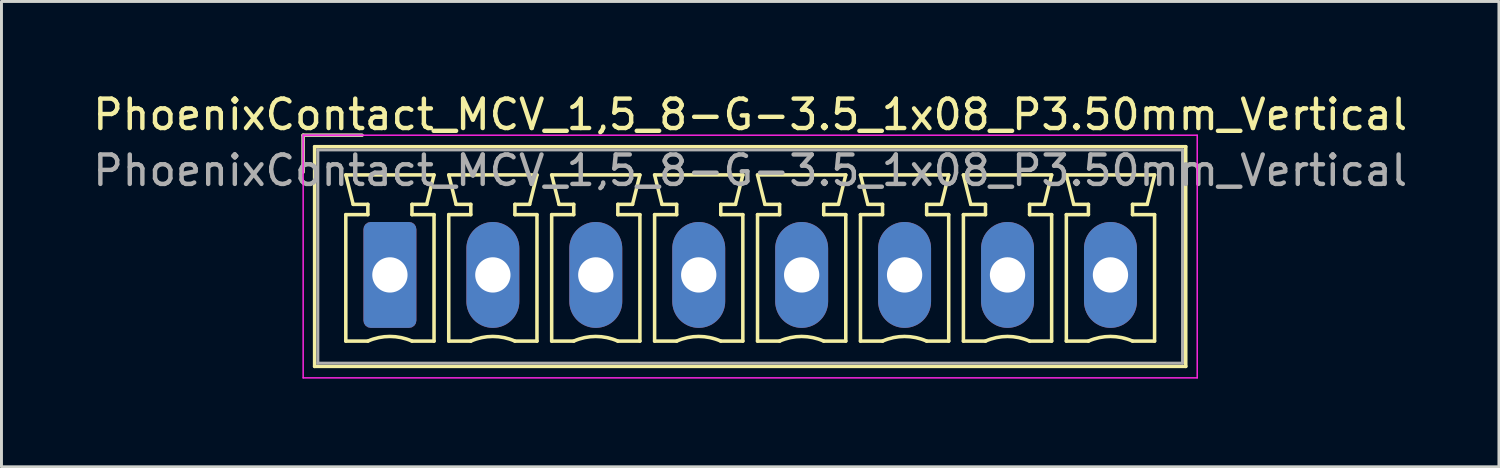
<source format=kicad_pcb>
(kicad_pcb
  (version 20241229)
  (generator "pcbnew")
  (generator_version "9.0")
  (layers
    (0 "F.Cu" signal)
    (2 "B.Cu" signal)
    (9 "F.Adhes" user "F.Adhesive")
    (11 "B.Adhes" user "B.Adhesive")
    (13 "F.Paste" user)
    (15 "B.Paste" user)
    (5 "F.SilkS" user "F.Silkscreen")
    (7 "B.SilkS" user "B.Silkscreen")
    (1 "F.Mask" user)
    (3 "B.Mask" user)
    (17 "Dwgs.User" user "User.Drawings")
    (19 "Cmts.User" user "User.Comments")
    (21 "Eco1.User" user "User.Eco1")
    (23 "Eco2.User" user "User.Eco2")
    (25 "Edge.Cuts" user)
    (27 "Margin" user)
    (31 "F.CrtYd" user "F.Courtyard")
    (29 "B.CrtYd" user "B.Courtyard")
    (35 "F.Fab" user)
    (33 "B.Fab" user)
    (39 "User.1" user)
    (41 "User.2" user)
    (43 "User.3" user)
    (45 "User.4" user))
  (footprint "PhoenixContact_MCV_1,5_8-G-3.5_1x08_P3.50mm_Vertical"
    (layer "F.Cu")
    (at 10.208 6.298)
    (property "Reference" "PhoenixContact_MCV_1,5_8-G-3.5_1x08_P3.50mm_Vertical" (at 12.25 -5.45 0) (layer "F.SilkS") (effects (font (size 1 1) (thickness 0.15))))
    (attr through_hole)
    (fp_line (start -2.95 -4.75) (end -0.95 -4.75) (stroke (width 0.12) (type solid)) (layer "F.SilkS"))
    (fp_line (start -2.95 -3.5) (end -2.95 -4.75) (stroke (width 0.12) (type solid)) (layer "F.SilkS"))
    (fp_line (start -2.56 -4.36) (end -2.56 3.11) (stroke (width 0.12) (type solid)) (layer "F.SilkS"))
    (fp_line (start -2.56 3.11) (end 27.06 3.11) (stroke (width 0.12) (type solid)) (layer "F.SilkS"))
    (fp_line (start -1.5 -3.4) (end 1.5 -3.4) (stroke (width 0.12) (type solid)) (layer "F.SilkS"))
    (fp_line (start -1.5 -2.05) (end -0.75 -2.05) (stroke (width 0.12) (type solid)) (layer "F.SilkS"))
    (fp_line (start -1.5 2.25) (end -1.5 -2.05) (stroke (width 0.12) (type solid)) (layer "F.SilkS"))
    (fp_line (start -1.25 -2.4) (end -1.5 -3.4) (stroke (width 0.12) (type solid)) (layer "F.SilkS"))
    (fp_line (start -0.75 -2.4) (end -1.25 -2.4) (stroke (width 0.12) (type solid)) (layer "F.SilkS"))
    (fp_line (start -0.75 -2.05) (end -0.75 -2.4) (stroke (width 0.12) (type solid)) (layer "F.SilkS"))
    (fp_line (start -0.75 2.25) (end -1.5 2.25) (stroke (width 0.12) (type solid)) (layer "F.SilkS"))
    (fp_line (start 0.75 -2.4) (end 0.75 -2.05) (stroke (width 0.12) (type solid)) (layer "F.SilkS"))
    (fp_line (start 0.75 -2.05) (end 1.5 -2.05) (stroke (width 0.12) (type solid)) (layer "F.SilkS"))
    (fp_line (start 1.25 -2.4) (end 0.75 -2.4) (stroke (width 0.12) (type solid)) (layer "F.SilkS"))
    (fp_line (start 1.5 -3.4) (end 1.25 -2.4) (stroke (width 0.12) (type solid)) (layer "F.SilkS"))
    (fp_line (start 1.5 -2.05) (end 1.5 2.25) (stroke (width 0.12) (type solid)) (layer "F.SilkS"))
    (fp_line (start 1.5 2.25) (end 0.75 2.25) (stroke (width 0.12) (type solid)) (layer "F.SilkS"))
    (fp_line (start 2 -3.4) (end 5 -3.4) (stroke (width 0.12) (type solid)) (layer "F.SilkS"))
    (fp_line (start 2 -2.05) (end 2.75 -2.05) (stroke (width 0.12) (type solid)) (layer "F.SilkS"))
    (fp_line (start 2 2.25) (end 2 -2.05) (stroke (width 0.12) (type solid)) (layer "F.SilkS"))
    (fp_line (start 2.25 -2.4) (end 2 -3.4) (stroke (width 0.12) (type solid)) (layer "F.SilkS"))
    (fp_line (start 2.75 -2.4) (end 2.25 -2.4) (stroke (width 0.12) (type solid)) (layer "F.SilkS"))
    (fp_line (start 2.75 -2.05) (end 2.75 -2.4) (stroke (width 0.12) (type solid)) (layer "F.SilkS"))
    (fp_line (start 2.75 2.25) (end 2 2.25) (stroke (width 0.12) (type solid)) (layer "F.SilkS"))
    (fp_line (start 4.25 -2.4) (end 4.25 -2.05) (stroke (width 0.12) (type solid)) (layer "F.SilkS"))
    (fp_line (start 4.25 -2.05) (end 5 -2.05) (stroke (width 0.12) (type solid)) (layer "F.SilkS"))
    (fp_line (start 4.75 -2.4) (end 4.25 -2.4) (stroke (width 0.12) (type solid)) (layer "F.SilkS"))
    (fp_line (start 5 -3.4) (end 4.75 -2.4) (stroke (width 0.12) (type solid)) (layer "F.SilkS"))
    (fp_line (start 5 -2.05) (end 5 2.25) (stroke (width 0.12) (type solid)) (layer "F.SilkS"))
    (fp_line (start 5 2.25) (end 4.25 2.25) (stroke (width 0.12) (type solid)) (layer "F.SilkS"))
    (fp_line (start 5.5 -3.4) (end 8.5 -3.4) (stroke (width 0.12) (type solid)) (layer "F.SilkS"))
    (fp_line (start 5.5 -2.05) (end 6.25 -2.05) (stroke (width 0.12) (type solid)) (layer "F.SilkS"))
    (fp_line (start 5.5 2.25) (end 5.5 -2.05) (stroke (width 0.12) (type solid)) (layer "F.SilkS"))
    (fp_line (start 5.75 -2.4) (end 5.5 -3.4) (stroke (width 0.12) (type solid)) (layer "F.SilkS"))
    (fp_line (start 6.25 -2.4) (end 5.75 -2.4) (stroke (width 0.12) (type solid)) (layer "F.SilkS"))
    (fp_line (start 6.25 -2.05) (end 6.25 -2.4) (stroke (width 0.12) (type solid)) (layer "F.SilkS"))
    (fp_line (start 6.25 2.25) (end 5.5 2.25) (stroke (width 0.12) (type solid)) (layer "F.SilkS"))
    (fp_line (start 7.75 -2.4) (end 7.75 -2.05) (stroke (width 0.12) (type solid)) (layer "F.SilkS"))
    (fp_line (start 7.75 -2.05) (end 8.5 -2.05) (stroke (width 0.12) (type solid)) (layer "F.SilkS"))
    (fp_line (start 8.25 -2.4) (end 7.75 -2.4) (stroke (width 0.12) (type solid)) (layer "F.SilkS"))
    (fp_line (start 8.5 -3.4) (end 8.25 -2.4) (stroke (width 0.12) (type solid)) (layer "F.SilkS"))
    (fp_line (start 8.5 -2.05) (end 8.5 2.25) (stroke (width 0.12) (type solid)) (layer "F.SilkS"))
    (fp_line (start 8.5 2.25) (end 7.75 2.25) (stroke (width 0.12) (type solid)) (layer "F.SilkS"))
    (fp_line (start 9 -3.4) (end 12 -3.4) (stroke (width 0.12) (type solid)) (layer "F.SilkS"))
    (fp_line (start 9 -2.05) (end 9.75 -2.05) (stroke (width 0.12) (type solid)) (layer "F.SilkS"))
    (fp_line (start 9 2.25) (end 9 -2.05) (stroke (width 0.12) (type solid)) (layer "F.SilkS"))
    (fp_line (start 9.25 -2.4) (end 9 -3.4) (stroke (width 0.12) (type solid)) (layer "F.SilkS"))
    (fp_line (start 9.75 -2.4) (end 9.25 -2.4) (stroke (width 0.12) (type solid)) (layer "F.SilkS"))
    (fp_line (start 9.75 -2.05) (end 9.75 -2.4) (stroke (width 0.12) (type solid)) (layer "F.SilkS"))
    (fp_line (start 9.75 2.25) (end 9 2.25) (stroke (width 0.12) (type solid)) (layer "F.SilkS"))
    (fp_line (start 11.25 -2.4) (end 11.25 -2.05) (stroke (width 0.12) (type solid)) (layer "F.SilkS"))
    (fp_line (start 11.25 -2.05) (end 12 -2.05) (stroke (width 0.12) (type solid)) (layer "F.SilkS"))
    (fp_line (start 11.75 -2.4) (end 11.25 -2.4) (stroke (width 0.12) (type solid)) (layer "F.SilkS"))
    (fp_line (start 12 -3.4) (end 11.75 -2.4) (stroke (width 0.12) (type solid)) (layer "F.SilkS"))
    (fp_line (start 12 -2.05) (end 12 2.25) (stroke (width 0.12) (type solid)) (layer "F.SilkS"))
    (fp_line (start 12 2.25) (end 11.25 2.25) (stroke (width 0.12) (type solid)) (layer "F.SilkS"))
    (fp_line (start 12.5 -3.4) (end 15.5 -3.4) (stroke (width 0.12) (type solid)) (layer "F.SilkS"))
    (fp_line (start 12.5 -2.05) (end 13.25 -2.05) (stroke (width 0.12) (type solid)) (layer "F.SilkS"))
    (fp_line (start 12.5 2.25) (end 12.5 -2.05) (stroke (width 0.12) (type solid)) (layer "F.SilkS"))
    (fp_line (start 12.75 -2.4) (end 12.5 -3.4) (stroke (width 0.12) (type solid)) (layer "F.SilkS"))
    (fp_line (start 13.25 -2.4) (end 12.75 -2.4) (stroke (width 0.12) (type solid)) (layer "F.SilkS"))
    (fp_line (start 13.25 -2.05) (end 13.25 -2.4) (stroke (width 0.12) (type solid)) (layer "F.SilkS"))
    (fp_line (start 13.25 2.25) (end 12.5 2.25) (stroke (width 0.12) (type solid)) (layer "F.SilkS"))
    (fp_line (start 14.75 -2.4) (end 14.75 -2.05) (stroke (width 0.12) (type solid)) (layer "F.SilkS"))
    (fp_line (start 14.75 -2.05) (end 15.5 -2.05) (stroke (width 0.12) (type solid)) (layer "F.SilkS"))
    (fp_line (start 15.25 -2.4) (end 14.75 -2.4) (stroke (width 0.12) (type solid)) (layer "F.SilkS"))
    (fp_line (start 15.5 -3.4) (end 15.25 -2.4) (stroke (width 0.12) (type solid)) (layer "F.SilkS"))
    (fp_line (start 15.5 -2.05) (end 15.5 2.25) (stroke (width 0.12) (type solid)) (layer "F.SilkS"))
    (fp_line (start 15.5 2.25) (end 14.75 2.25) (stroke (width 0.12) (type solid)) (layer "F.SilkS"))
    (fp_line (start 16 -3.4) (end 19 -3.4) (stroke (width 0.12) (type solid)) (layer "F.SilkS"))
    (fp_line (start 16 -2.05) (end 16.75 -2.05) (stroke (width 0.12) (type solid)) (layer "F.SilkS"))
    (fp_line (start 16 2.25) (end 16 -2.05) (stroke (width 0.12) (type solid)) (layer "F.SilkS"))
    (fp_line (start 16.25 -2.4) (end 16 -3.4) (stroke (width 0.12) (type solid)) (layer "F.SilkS"))
    (fp_line (start 16.75 -2.4) (end 16.25 -2.4) (stroke (width 0.12) (type solid)) (layer "F.SilkS"))
    (fp_line (start 16.75 -2.05) (end 16.75 -2.4) (stroke (width 0.12) (type solid)) (layer "F.SilkS"))
    (fp_line (start 16.75 2.25) (end 16 2.25) (stroke (width 0.12) (type solid)) (layer "F.SilkS"))
    (fp_line (start 18.25 -2.4) (end 18.25 -2.05) (stroke (width 0.12) (type solid)) (layer "F.SilkS"))
    (fp_line (start 18.25 -2.05) (end 19 -2.05) (stroke (width 0.12) (type solid)) (layer "F.SilkS"))
    (fp_line (start 18.75 -2.4) (end 18.25 -2.4) (stroke (width 0.12) (type solid)) (layer "F.SilkS"))
    (fp_line (start 19 -3.4) (end 18.75 -2.4) (stroke (width 0.12) (type solid)) (layer "F.SilkS"))
    (fp_line (start 19 -2.05) (end 19 2.25) (stroke (width 0.12) (type solid)) (layer "F.SilkS"))
    (fp_line (start 19 2.25) (end 18.25 2.25) (stroke (width 0.12) (type solid)) (layer "F.SilkS"))
    (fp_line (start 19.5 -3.4) (end 22.5 -3.4) (stroke (width 0.12) (type solid)) (layer "F.SilkS"))
    (fp_line (start 19.5 -2.05) (end 20.25 -2.05) (stroke (width 0.12) (type solid)) (layer "F.SilkS"))
    (fp_line (start 19.5 2.25) (end 19.5 -2.05) (stroke (width 0.12) (type solid)) (layer "F.SilkS"))
    (fp_line (start 19.75 -2.4) (end 19.5 -3.4) (stroke (width 0.12) (type solid)) (layer "F.SilkS"))
    (fp_line (start 20.25 -2.4) (end 19.75 -2.4) (stroke (width 0.12) (type solid)) (layer "F.SilkS"))
    (fp_line (start 20.25 -2.05) (end 20.25 -2.4) (stroke (width 0.12) (type solid)) (layer "F.SilkS"))
    (fp_line (start 20.25 2.25) (end 19.5 2.25) (stroke (width 0.12) (type solid)) (layer "F.SilkS"))
    (fp_line (start 21.75 -2.4) (end 21.75 -2.05) (stroke (width 0.12) (type solid)) (layer "F.SilkS"))
    (fp_line (start 21.75 -2.05) (end 22.5 -2.05) (stroke (width 0.12) (type solid)) (layer "F.SilkS"))
    (fp_line (start 22.25 -2.4) (end 21.75 -2.4) (stroke (width 0.12) (type solid)) (layer "F.SilkS"))
    (fp_line (start 22.5 -3.4) (end 22.25 -2.4) (stroke (width 0.12) (type solid)) (layer "F.SilkS"))
    (fp_line (start 22.5 -2.05) (end 22.5 2.25) (stroke (width 0.12) (type solid)) (layer "F.SilkS"))
    (fp_line (start 22.5 2.25) (end 21.75 2.25) (stroke (width 0.12) (type solid)) (layer "F.SilkS"))
    (fp_line (start 23 -3.4) (end 26 -3.4) (stroke (width 0.12) (type solid)) (layer "F.SilkS"))
    (fp_line (start 23 -2.05) (end 23.75 -2.05) (stroke (width 0.12) (type solid)) (layer "F.SilkS"))
    (fp_line (start 23 2.25) (end 23 -2.05) (stroke (width 0.12) (type solid)) (layer "F.SilkS"))
    (fp_line (start 23.25 -2.4) (end 23 -3.4) (stroke (width 0.12) (type solid)) (layer "F.SilkS"))
    (fp_line (start 23.75 -2.4) (end 23.25 -2.4) (stroke (width 0.12) (type solid)) (layer "F.SilkS"))
    (fp_line (start 23.75 -2.05) (end 23.75 -2.4) (stroke (width 0.12) (type solid)) (layer "F.SilkS"))
    (fp_line (start 23.75 2.25) (end 23 2.25) (stroke (width 0.12) (type solid)) (layer "F.SilkS"))
    (fp_line (start 25.25 -2.4) (end 25.25 -2.05) (stroke (width 0.12) (type solid)) (layer "F.SilkS"))
    (fp_line (start 25.25 -2.05) (end 26 -2.05) (stroke (width 0.12) (type solid)) (layer "F.SilkS"))
    (fp_line (start 25.75 -2.4) (end 25.25 -2.4) (stroke (width 0.12) (type solid)) (layer "F.SilkS"))
    (fp_line (start 26 -3.4) (end 25.75 -2.4) (stroke (width 0.12) (type solid)) (layer "F.SilkS"))
    (fp_line (start 26 -2.05) (end 26 2.25) (stroke (width 0.12) (type solid)) (layer "F.SilkS"))
    (fp_line (start 26 2.25) (end 25.25 2.25) (stroke (width 0.12) (type solid)) (layer "F.SilkS"))
    (fp_line (start 27.06 -4.36) (end -2.56 -4.36) (stroke (width 0.12) (type solid)) (layer "F.SilkS"))
    (fp_line (start 27.06 3.11) (end 27.06 -4.36) (stroke (width 0.12) (type solid)) (layer "F.SilkS"))
    (fp_arc (start -0.75 2.25) (mid -0.000193 2.09191) (end 0.749647 2.249844) (stroke (width 0.12) (type solid)) (layer "F.SilkS"))
    (fp_arc (start 2.75 2.25) (mid 3.499807 2.09191) (end 4.249647 2.249844) (stroke (width 0.12) (type solid)) (layer "F.SilkS"))
    (fp_arc (start 6.25 2.25) (mid 6.999807 2.09191) (end 7.749647 2.249844) (stroke (width 0.12) (type solid)) (layer "F.SilkS"))
    (fp_arc (start 9.75 2.25) (mid 10.499807 2.09191) (end 11.249647 2.249844) (stroke (width 0.12) (type solid)) (layer "F.SilkS"))
    (fp_arc (start 13.25 2.25) (mid 13.999807 2.09191) (end 14.749647 2.249844) (stroke (width 0.12) (type solid)) (layer "F.SilkS"))
    (fp_arc (start 16.75 2.25) (mid 17.499807 2.09191) (end 18.249647 2.249844) (stroke (width 0.12) (type solid)) (layer "F.SilkS"))
    (fp_arc (start 20.25 2.25) (mid 20.999807 2.09191) (end 21.749647 2.249844) (stroke (width 0.12) (type solid)) (layer "F.SilkS"))
    (fp_arc (start 23.75 2.25) (mid 24.499807 2.09191) (end 25.249647 2.249844) (stroke (width 0.12) (type solid)) (layer "F.SilkS"))
    (fp_line (start -2.95 -4.75) (end -2.95 3.5) (stroke (width 0.05) (type solid)) (layer "F.CrtYd"))
    (fp_line (start -2.95 3.5) (end 27.45 3.5) (stroke (width 0.05) (type solid)) (layer "F.CrtYd"))
    (fp_line (start 27.45 -4.75) (end -2.95 -4.75) (stroke (width 0.05) (type solid)) (layer "F.CrtYd"))
    (fp_line (start 27.45 3.5) (end 27.45 -4.75) (stroke (width 0.05) (type solid)) (layer "F.CrtYd"))
    (fp_line (start -2.95 -4.75) (end -0.95 -4.75) (stroke (width 0.1) (type solid)) (layer "F.Fab"))
    (fp_line (start -2.95 -3.5) (end -2.95 -4.75) (stroke (width 0.1) (type solid)) (layer "F.Fab"))
    (fp_line (start -2.45 -4.25) (end -2.45 3) (stroke (width 0.1) (type solid)) (layer "F.Fab"))
    (fp_line (start -2.45 3) (end 26.95 3) (stroke (width 0.1) (type solid)) (layer "F.Fab"))
    (fp_line (start 26.95 -4.25) (end -2.45 -4.25) (stroke (width 0.1) (type solid)) (layer "F.Fab"))
    (fp_line (start 26.95 3) (end 26.95 -4.25) (stroke (width 0.1) (type solid)) (layer "F.Fab"))
    (fp_text user "${REFERENCE}" (at 12.25 -3.55 0) (layer "F.Fab") (effects (font (size 1 1) (thickness 0.15))))
    (pad "1" thru_hole roundrect (at 0 0) (size 1.8 3.6) (drill 1.2) (layers "*.Cu" "*.Mask") (roundrect_rratio 0.139))
    (pad "2" thru_hole oval (at 3.5 0) (size 1.8 3.6) (drill 1.2) (layers "*.Cu" "*.Mask"))
    (pad "3" thru_hole oval (at 7 0) (size 1.8 3.6) (drill 1.2) (layers "*.Cu" "*.Mask"))
    (pad "4" thru_hole oval (at 10.5 0) (size 1.8 3.6) (drill 1.2) (layers "*.Cu" "*.Mask"))
    (pad "5" thru_hole oval (at 14 0) (size 1.8 3.6) (drill 1.2) (layers "*.Cu" "*.Mask"))
    (pad "6" thru_hole oval (at 17.5 0) (size 1.8 3.6) (drill 1.2) (layers "*.Cu" "*.Mask"))
    (pad "7" thru_hole oval (at 21 0) (size 1.8 3.6) (drill 1.2) (layers "*.Cu" "*.Mask"))
    (pad "8" thru_hole oval (at 24.5 0) (size 1.8 3.6) (drill 1.2) (layers "*.Cu" "*.Mask")))
  (gr_rect
    (start -3 -3)
    (end 47.917 12.823)
    (stroke (width 0.1) (type default))
    (fill no)
    (layer "Edge.Cuts")))
</source>
